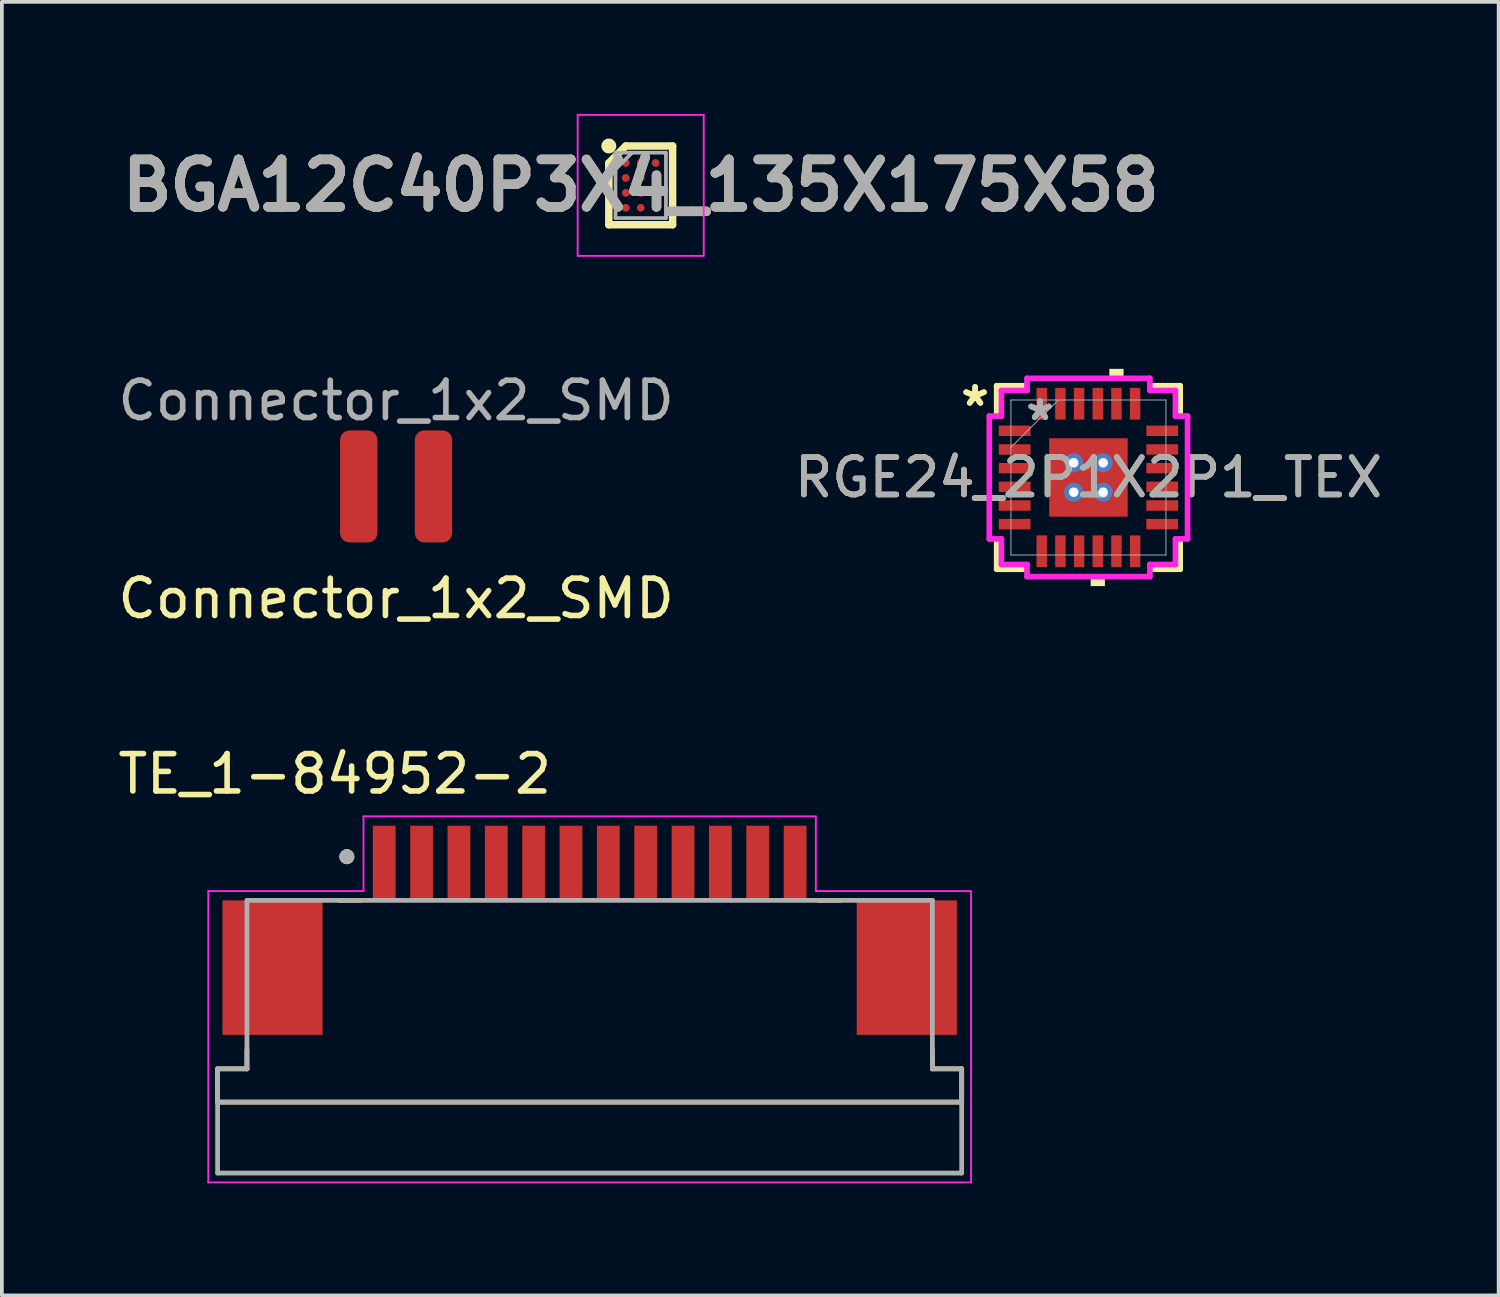
<source format=kicad_pcb>
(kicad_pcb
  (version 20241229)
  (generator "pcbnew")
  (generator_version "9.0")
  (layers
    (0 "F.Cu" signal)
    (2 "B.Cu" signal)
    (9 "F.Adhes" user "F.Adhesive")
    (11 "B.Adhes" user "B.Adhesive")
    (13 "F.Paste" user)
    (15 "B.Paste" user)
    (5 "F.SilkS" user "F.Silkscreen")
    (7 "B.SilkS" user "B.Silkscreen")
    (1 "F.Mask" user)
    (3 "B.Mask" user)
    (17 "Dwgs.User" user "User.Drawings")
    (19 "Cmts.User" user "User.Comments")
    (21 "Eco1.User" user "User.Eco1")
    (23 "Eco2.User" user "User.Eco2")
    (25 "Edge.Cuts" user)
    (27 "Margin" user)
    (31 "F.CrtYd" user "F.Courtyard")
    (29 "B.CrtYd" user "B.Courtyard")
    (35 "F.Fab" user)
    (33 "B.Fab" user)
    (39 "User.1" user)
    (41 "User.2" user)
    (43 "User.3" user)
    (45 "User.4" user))
  (footprint "Connector_1x2_SMD"
    (layer "F.Cu")
    (at 7.554 9.973)
    (property "Reference" "Connector_1x2_SMD" (at 0 3 0) (unlocked yes) (layer "F.SilkS") (effects (font (size 1 1) (thickness 0.15))))
    (attr smd)
    (fp_text user "${REFERENCE}" (at 0 -2.3 0) (unlocked yes) (layer "F.Fab") (effects (font (size 1 1) (thickness 0.15))))
    (pad "1" smd roundrect (at -1 0) (size 1 3) (layers "F.Cu" "F.Mask" "F.Paste") (roundrect_rratio 0.25))
    (pad "2" smd roundrect (at 1 0) (size 1 3) (layers "F.Cu" "F.Mask" "F.Paste") (roundrect_rratio 0.25)))
  (footprint "TE_1-84952-2"
    (layer "F.Cu")
    (at 12.736 20.055)
    (property "Reference" "TE_1-84952-2" (at -6.825 -2.385 0) (layer "F.SilkS") (effects (font (size 1 1) (thickness 0.15))))
    (attr smd)
    (fp_line (start -9.96 6.4) (end -9.96 5.51) (stroke (width 0.127) (type solid)) (layer "F.SilkS"))
    (fp_line (start -9.175 5) (end -9.175 5.51) (stroke (width 0.127) (type solid)) (layer "F.SilkS"))
    (fp_line (start -9.175 5.51) (end -9.96 5.51) (stroke (width 0.127) (type solid)) (layer "F.SilkS"))
    (fp_line (start -6.7 1) (end -6.14 1) (stroke (width 0.127) (type solid)) (layer "F.SilkS"))
    (fp_line (start 6.14 1) (end 6.7 1) (stroke (width 0.127) (type solid)) (layer "F.SilkS"))
    (fp_line (start 9.175 5) (end 9.175 5.51) (stroke (width 0.127) (type solid)) (layer "F.SilkS"))
    (fp_line (start 9.96 5.51) (end 9.175 5.51) (stroke (width 0.127) (type solid)) (layer "F.SilkS"))
    (fp_line (start 9.96 5.51) (end 9.96 6.4) (stroke (width 0.127) (type solid)) (layer "F.SilkS"))
    (fp_line (start 9.96 6.4) (end -9.96 6.4) (stroke (width 0.127) (type solid)) (layer "F.SilkS"))
    (fp_circle (center -6.5 -0.17) (end -6.4 -0.17) (stroke (width 0.2) (type solid)) (fill no) (layer "F.SilkS"))
    (fp_line (start -10.21 0.75) (end -6.055 0.75) (stroke (width 0.05) (type solid)) (layer "F.CrtYd"))
    (fp_line (start -10.21 8.55) (end -10.21 0.75) (stroke (width 0.05) (type solid)) (layer "F.CrtYd"))
    (fp_line (start -6.055 -1.25) (end 6.055 -1.25) (stroke (width 0.05) (type solid)) (layer "F.CrtYd"))
    (fp_line (start -6.055 0.75) (end -6.055 -1.25) (stroke (width 0.05) (type solid)) (layer "F.CrtYd"))
    (fp_line (start 6.055 -1.25) (end 6.055 0.75) (stroke (width 0.05) (type solid)) (layer "F.CrtYd"))
    (fp_line (start 6.055 0.75) (end 10.21 0.75) (stroke (width 0.05) (type solid)) (layer "F.CrtYd"))
    (fp_line (start 10.21 0.75) (end 10.21 8.55) (stroke (width 0.05) (type solid)) (layer "F.CrtYd"))
    (fp_line (start 10.21 8.55) (end -10.21 8.55) (stroke (width 0.05) (type solid)) (layer "F.CrtYd"))
    (fp_line (start -9.96 5.51) (end -9.96 6.4) (stroke (width 0.127) (type solid)) (layer "F.Fab"))
    (fp_line (start -9.96 8.3) (end -9.96 6.4) (stroke (width 0.127) (type solid)) (layer "F.Fab"))
    (fp_line (start -9.175 1) (end -9.175 5.51) (stroke (width 0.127) (type solid)) (layer "F.Fab"))
    (fp_line (start -9.175 1) (end 9.175 1) (stroke (width 0.127) (type solid)) (layer "F.Fab"))
    (fp_line (start -9.175 5.51) (end -9.96 5.51) (stroke (width 0.127) (type solid)) (layer "F.Fab"))
    (fp_line (start 9.175 1) (end 9.175 5.51) (stroke (width 0.127) (type solid)) (layer "F.Fab"))
    (fp_line (start 9.96 5.51) (end 9.175 5.51) (stroke (width 0.127) (type solid)) (layer "F.Fab"))
    (fp_line (start 9.96 5.51) (end 9.96 6.4) (stroke (width 0.127) (type solid)) (layer "F.Fab"))
    (fp_line (start 9.96 6.4) (end -9.96 6.4) (stroke (width 0.127) (type solid)) (layer "F.Fab"))
    (fp_line (start 9.96 6.4) (end 9.96 8.3) (stroke (width 0.127) (type solid)) (layer "F.Fab"))
    (fp_line (start 9.96 8.3) (end -9.96 8.3) (stroke (width 0.127) (type solid)) (layer "F.Fab"))
    (fp_circle (center -6.5 -0.17) (end -6.4 -0.17) (stroke (width 0.2) (type solid)) (fill no) (layer "F.Fab"))
    (pad "1" smd rect (at -5.5 0) (size 0.61 2) (layers "F.Cu" "F.Mask" "F.Paste"))
    (pad "2" smd rect (at -4.5 0) (size 0.61 2) (layers "F.Cu" "F.Mask" "F.Paste"))
    (pad "3" smd rect (at -3.5 0) (size 0.61 2) (layers "F.Cu" "F.Mask" "F.Paste"))
    (pad "4" smd rect (at -2.5 0) (size 0.61 2) (layers "F.Cu" "F.Mask" "F.Paste"))
    (pad "5" smd rect (at -1.5 0) (size 0.61 2) (layers "F.Cu" "F.Mask" "F.Paste"))
    (pad "6" smd rect (at -0.5 0) (size 0.61 2) (layers "F.Cu" "F.Mask" "F.Paste"))
    (pad "7" smd rect (at 0.5 0) (size 0.61 2) (layers "F.Cu" "F.Mask" "F.Paste"))
    (pad "8" smd rect (at 1.5 0) (size 0.61 2) (layers "F.Cu" "F.Mask" "F.Paste"))
    (pad "9" smd rect (at 2.5 0) (size 0.61 2) (layers "F.Cu" "F.Mask" "F.Paste"))
    (pad "10" smd rect (at 3.5 0) (size 0.61 2) (layers "F.Cu" "F.Mask" "F.Paste"))
    (pad "11" smd rect (at 4.5 0) (size 0.61 2) (layers "F.Cu" "F.Mask" "F.Paste"))
    (pad "12" smd rect (at 5.5 0) (size 0.61 2) (layers "F.Cu" "F.Mask" "F.Paste"))
    (pad "S1" smd rect (at -8.49 2.8) (size 2.68 3.6) (layers "F.Cu" "F.Mask" "F.Paste"))
    (pad "S2" smd rect (at 8.49 2.8) (size 2.68 3.6) (layers "F.Cu" "F.Mask" "F.Paste")))
  (footprint "RGE24_2P1X2P1_TEX"
    (layer "F.Cu")
    (at 26.089 9.733)
    (property "Reference" "RGE24_2P1X2P1_TEX" (at 0 0 0) (unlocked yes) (layer "F.SilkS") (effects (font (size 1 1) (thickness 0.15))))
    (attr smd)
    (fp_poly (pts (xy -1.113 -1.113) (xy -0.594 -1.113) (xy -0.594 1.113) (xy -1.113 1.113)) (stroke (width 0) (type solid)) (fill yes) (layer "F.Mask"))
    (fp_poly (pts (xy -1.113 -1.113) (xy 1.113 -1.113) (xy 1.113 -0.594) (xy -1.113 -0.594)) (stroke (width 0) (type solid)) (fill yes) (layer "F.Mask"))
    (fp_poly (pts (xy -1.113 -0.194) (xy 1.113 -0.194) (xy 1.113 0.194) (xy -1.113 0.194)) (stroke (width 0) (type solid)) (fill yes) (layer "F.Mask"))
    (fp_poly (pts (xy -1.113 0.594) (xy 1.113 0.594) (xy 1.113 1.113) (xy -1.113 1.113)) (stroke (width 0) (type solid)) (fill yes) (layer "F.Mask"))
    (fp_poly (pts (xy 0.194 -1.113) (xy -0.194 -1.113) (xy -0.194 1.113) (xy 0.194 1.113)) (stroke (width 0) (type solid)) (fill yes) (layer "F.Mask"))
    (fp_poly (pts (xy 0.594 -1.113) (xy 1.113 -1.113) (xy 1.113 1.113) (xy 0.594 1.113)) (stroke (width 0) (type solid)) (fill yes) (layer "F.Mask"))
    (fp_line (start -2.456 -2.456) (end -2.456 -1.718) (stroke (width 0.152) (type solid)) (layer "F.SilkS"))
    (fp_line (start -2.456 1.718) (end -2.456 2.456) (stroke (width 0.152) (type solid)) (layer "F.SilkS"))
    (fp_line (start -2.456 2.456) (end -1.718 2.456) (stroke (width 0.152) (type solid)) (layer "F.SilkS"))
    (fp_line (start -1.718 -2.456) (end -2.456 -2.456) (stroke (width 0.152) (type solid)) (layer "F.SilkS"))
    (fp_line (start 1.718 2.456) (end 2.456 2.456) (stroke (width 0.152) (type solid)) (layer "F.SilkS"))
    (fp_line (start 2.456 -2.456) (end 1.718 -2.456) (stroke (width 0.152) (type solid)) (layer "F.SilkS"))
    (fp_line (start 2.456 -1.718) (end 2.456 -2.456) (stroke (width 0.152) (type solid)) (layer "F.SilkS"))
    (fp_line (start 2.456 2.456) (end 2.456 1.718) (stroke (width 0.152) (type solid)) (layer "F.SilkS"))
    (fp_poly (pts (xy 0.06 2.654) (xy 0.06 2.908) (xy 0.441 2.908) (xy 0.441 2.654)) (stroke (width 0) (type solid)) (fill yes) (layer "F.SilkS"))
    (fp_poly (pts (xy 0.56 -2.654) (xy 0.56 -2.908) (xy 0.941 -2.908) (xy 0.941 -2.654)) (stroke (width 0) (type solid)) (fill yes) (layer "F.SilkS"))
    (fp_poly (pts (xy -0.975 -0.975) (xy -0.975 -0.494) (xy -0.635 -0.494) (xy -0.494 -0.635) (xy -0.494 -0.975)) (stroke (width 0) (type solid)) (fill yes) (layer "F.Paste"))
    (fp_poly (pts (xy -0.975 0.494) (xy -0.975 0.975) (xy -0.494 0.975) (xy -0.494 0.635) (xy -0.635 0.494)) (stroke (width 0) (type solid)) (fill yes) (layer "F.Paste"))
    (fp_poly (pts (xy 0.494 -0.975) (xy 0.494 -0.635) (xy 0.635 -0.494) (xy 0.975 -0.494) (xy 0.975 -0.975)) (stroke (width 0) (type solid)) (fill yes) (layer "F.Paste"))
    (fp_poly (pts (xy 0.635 0.494) (xy 0.494 0.635) (xy 0.494 0.975) (xy 0.975 0.975) (xy 0.975 0.494)) (stroke (width 0) (type solid)) (fill yes) (layer "F.Paste"))
    (fp_poly (pts (xy -0.975 -0.294) (xy -0.975 0.294) (xy -0.635 0.294) (xy -0.494 0.152) (xy -0.494 -0.152) (xy -0.635 -0.294)) (stroke (width 0) (type solid)) (fill yes) (layer "F.Paste"))
    (fp_poly (pts (xy -0.294 -0.975) (xy -0.294 -0.635) (xy -0.152 -0.494) (xy 0.152 -0.494) (xy 0.294 -0.635) (xy 0.294 -0.975)) (stroke (width 0) (type solid)) (fill yes) (layer "F.Paste"))
    (fp_poly (pts (xy -0.152 0.494) (xy -0.294 0.635) (xy -0.294 0.975) (xy 0.294 0.975) (xy 0.294 0.635) (xy 0.152 0.494)) (stroke (width 0) (type solid)) (fill yes) (layer "F.Paste"))
    (fp_poly (pts (xy 0.635 -0.294) (xy 0.494 -0.152) (xy 0.494 0.152) (xy 0.635 0.294) (xy 0.975 0.294) (xy 0.975 -0.294)) (stroke (width 0) (type solid)) (fill yes) (layer "F.Paste"))
    (fp_poly (pts (xy -0.152 -0.294) (xy -0.294 -0.152) (xy -0.294 0.152) (xy -0.152 0.294) (xy 0.152 0.294) (xy 0.294 0.152) (xy 0.294 -0.152) (xy 0.152 -0.294)) (stroke (width 0) (type solid)) (fill yes) (layer "F.Paste"))
    (fp_line (start -2.654 -1.644) (end -2.329 -1.644) (stroke (width 0.152) (type solid)) (layer "F.CrtYd"))
    (fp_line (start -2.654 1.644) (end -2.654 -1.644) (stroke (width 0.152) (type solid)) (layer "F.CrtYd"))
    (fp_line (start -2.329 -2.329) (end -1.644 -2.329) (stroke (width 0.152) (type solid)) (layer "F.CrtYd"))
    (fp_line (start -2.329 -1.644) (end -2.329 -2.329) (stroke (width 0.152) (type solid)) (layer "F.CrtYd"))
    (fp_line (start -2.329 1.644) (end -2.654 1.644) (stroke (width 0.152) (type solid)) (layer "F.CrtYd"))
    (fp_line (start -2.329 2.329) (end -2.329 1.644) (stroke (width 0.152) (type solid)) (layer "F.CrtYd"))
    (fp_line (start -1.644 -2.654) (end 1.644 -2.654) (stroke (width 0.152) (type solid)) (layer "F.CrtYd"))
    (fp_line (start -1.644 -2.329) (end -1.644 -2.654) (stroke (width 0.152) (type solid)) (layer "F.CrtYd"))
    (fp_line (start -1.644 2.329) (end -2.329 2.329) (stroke (width 0.152) (type solid)) (layer "F.CrtYd"))
    (fp_line (start -1.644 2.654) (end -1.644 2.329) (stroke (width 0.152) (type solid)) (layer "F.CrtYd"))
    (fp_line (start 1.644 -2.654) (end 1.644 -2.329) (stroke (width 0.152) (type solid)) (layer "F.CrtYd"))
    (fp_line (start 1.644 -2.329) (end 2.329 -2.329) (stroke (width 0.152) (type solid)) (layer "F.CrtYd"))
    (fp_line (start 1.644 2.329) (end 1.644 2.654) (stroke (width 0.152) (type solid)) (layer "F.CrtYd"))
    (fp_line (start 1.644 2.654) (end -1.644 2.654) (stroke (width 0.152) (type solid)) (layer "F.CrtYd"))
    (fp_line (start 2.329 -2.329) (end 2.329 -1.644) (stroke (width 0.152) (type solid)) (layer "F.CrtYd"))
    (fp_line (start 2.329 -1.644) (end 2.654 -1.644) (stroke (width 0.152) (type solid)) (layer "F.CrtYd"))
    (fp_line (start 2.329 1.644) (end 2.329 2.329) (stroke (width 0.152) (type solid)) (layer "F.CrtYd"))
    (fp_line (start 2.329 2.329) (end 1.644 2.329) (stroke (width 0.152) (type solid)) (layer "F.CrtYd"))
    (fp_line (start 2.654 -1.644) (end 2.654 1.644) (stroke (width 0.152) (type solid)) (layer "F.CrtYd"))
    (fp_line (start 2.654 1.644) (end 2.329 1.644) (stroke (width 0.152) (type solid)) (layer "F.CrtYd"))
    (fp_line (start -2.075 -2.075) (end -2.075 2.075) (stroke (width 0.025) (type solid)) (layer "F.Fab"))
    (fp_line (start -2.075 -0.805) (end -0.805 -2.075) (stroke (width 0.025) (type solid)) (layer "F.Fab"))
    (fp_line (start -2.075 2.075) (end 2.075 2.075) (stroke (width 0.025) (type solid)) (layer "F.Fab"))
    (fp_line (start 2.075 -2.075) (end -2.075 -2.075) (stroke (width 0.025) (type solid)) (layer "F.Fab"))
    (fp_line (start 2.075 2.075) (end 2.075 -2.075) (stroke (width 0.025) (type solid)) (layer "F.Fab"))
    (fp_text user "*" (at -3.035 -1.881 0) (unlocked yes) (layer "F.SilkS") (effects (font (size 1 1) (thickness 0.15))))
    (fp_text user "*" (at -3.035 -1.881 0) (layer "F.SilkS") (effects (font (size 1 1) (thickness 0.15))))
    (fp_text user "*" (at -1.296 -1.5 0) (unlocked yes) (layer "F.Fab") (effects (font (size 1 1) (thickness 0.15))))
    (fp_text user "*" (at -1.296 -1.5 0) (layer "F.Fab") (effects (font (size 1 1) (thickness 0.15))))
    (fp_text user "${REFERENCE}" (at 0 0 0) (unlocked yes) (layer "F.Fab") (effects (font (size 1 1) (thickness 0.15))))
    (pad "1" smd rect (at -1.975 -1.25 90) (size 0.28 0.85) (layers "F.Cu" "F.Mask" "F.Paste"))
    (pad "2" smd rect (at -1.975 -0.75 90) (size 0.28 0.85) (layers "F.Cu" "F.Mask" "F.Paste"))
    (pad "3" smd rect (at -1.975 -0.25 90) (size 0.28 0.85) (layers "F.Cu" "F.Mask" "F.Paste"))
    (pad "4" smd rect (at -1.975 0.25 90) (size 0.28 0.85) (layers "F.Cu" "F.Mask" "F.Paste"))
    (pad "5" smd rect (at -1.975 0.75 90) (size 0.28 0.85) (layers "F.Cu" "F.Mask" "F.Paste"))
    (pad "6" smd rect (at -1.975 1.25 90) (size 0.28 0.85) (layers "F.Cu" "F.Mask" "F.Paste"))
    (pad "7" smd rect (at -1.25 1.975) (size 0.28 0.85) (layers "F.Cu" "F.Mask" "F.Paste"))
    (pad "8" smd rect (at -0.75 1.975) (size 0.28 0.85) (layers "F.Cu" "F.Mask" "F.Paste"))
    (pad "9" smd rect (at -0.25 1.975) (size 0.28 0.85) (layers "F.Cu" "F.Mask" "F.Paste"))
    (pad "10" smd rect (at 0.25 1.975) (size 0.28 0.85) (layers "F.Cu" "F.Mask" "F.Paste"))
    (pad "11" smd rect (at 0.75 1.975) (size 0.28 0.85) (layers "F.Cu" "F.Mask" "F.Paste"))
    (pad "12" smd rect (at 1.25 1.975) (size 0.28 0.85) (layers "F.Cu" "F.Mask" "F.Paste"))
    (pad "13" smd rect (at 1.975 1.25 90) (size 0.28 0.85) (layers "F.Cu" "F.Mask" "F.Paste"))
    (pad "14" smd rect (at 1.975 0.75 90) (size 0.28 0.85) (layers "F.Cu" "F.Mask" "F.Paste"))
    (pad "15" smd rect (at 1.975 0.25 90) (size 0.28 0.85) (layers "F.Cu" "F.Mask" "F.Paste"))
    (pad "16" smd rect (at 1.975 -0.25 90) (size 0.28 0.85) (layers "F.Cu" "F.Mask" "F.Paste"))
    (pad "17" smd rect (at 1.975 -0.75 90) (size 0.28 0.85) (layers "F.Cu" "F.Mask" "F.Paste"))
    (pad "18" smd rect (at 1.975 -1.25 90) (size 0.28 0.85) (layers "F.Cu" "F.Mask" "F.Paste"))
    (pad "19" smd rect (at 1.25 -1.975) (size 0.28 0.85) (layers "F.Cu" "F.Mask" "F.Paste"))
    (pad "20" smd rect (at 0.75 -1.975) (size 0.28 0.85) (layers "F.Cu" "F.Mask" "F.Paste"))
    (pad "21" smd rect (at 0.25 -1.975) (size 0.28 0.85) (layers "F.Cu" "F.Mask" "F.Paste"))
    (pad "22" smd rect (at -0.25 -1.975) (size 0.28 0.85) (layers "F.Cu" "F.Mask" "F.Paste"))
    (pad "23" smd rect (at -0.75 -1.975) (size 0.28 0.85) (layers "F.Cu" "F.Mask" "F.Paste"))
    (pad "24" smd rect (at -1.25 -1.975) (size 0.28 0.85) (layers "F.Cu" "F.Mask" "F.Paste"))
    (pad "25" smd rect (at 0 0) (size 2.1 2.1) (layers "F.Cu"))
    (pad "V" thru_hole circle (at -0.394 -0.394) (size 0.508 0.508) (drill 0.254) (layers "*.Cu" "*.Mask"))
    (pad "V" thru_hole circle (at -0.394 0.394) (size 0.508 0.508) (drill 0.254) (layers "*.Cu" "*.Mask"))
    (pad "V" thru_hole circle (at 0.394 -0.394) (size 0.508 0.508) (drill 0.254) (layers "*.Cu" "*.Mask"))
    (pad "V" thru_hole circle (at 0.394 0.394) (size 0.508 0.508) (drill 0.254) (layers "*.Cu" "*.Mask")))
  (footprint "BGA12C40P3X4_135X175X58"
    (layer "F.Cu")
    (at 14.103 1.913)
    (property "Reference" "BGA12C40P3X4_135X175X58" (at 0 0 0) (layer "F.SilkS") (effects (font (size 1.27 1.27) (thickness 0.254))))
    (attr smd)
    (fp_line (start -0.854 -0.6) (end -0.4 -1.054) (stroke (width 0.2) (type solid)) (layer "F.SilkS"))
    (fp_line (start -0.854 1.054) (end -0.854 -0.6) (stroke (width 0.2) (type solid)) (layer "F.SilkS"))
    (fp_line (start -0.4 -1.054) (end 0.854 -1.054) (stroke (width 0.2) (type solid)) (layer "F.SilkS"))
    (fp_line (start 0.854 -1.054) (end 0.854 1.054) (stroke (width 0.2) (type solid)) (layer "F.SilkS"))
    (fp_line (start 0.854 1.054) (end -0.854 1.054) (stroke (width 0.2) (type solid)) (layer "F.SilkS"))
    (fp_circle (center -0.854 -1.054) (end -0.854 -0.954) (stroke (width 0.2) (type solid)) (fill no) (layer "F.SilkS"))
    (fp_line (start -1.688 -1.888) (end 1.687 -1.888) (stroke (width 0.05) (type solid)) (layer "F.CrtYd"))
    (fp_line (start -1.688 1.887) (end -1.688 -1.888) (stroke (width 0.05) (type solid)) (layer "F.CrtYd"))
    (fp_line (start 1.687 -1.888) (end 1.687 1.887) (stroke (width 0.05) (type solid)) (layer "F.CrtYd"))
    (fp_line (start 1.687 1.887) (end -1.688 1.887) (stroke (width 0.05) (type solid)) (layer "F.CrtYd"))
    (fp_line (start -0.675 -0.875) (end 0.675 -0.875) (stroke (width 0.1) (type solid)) (layer "F.Fab"))
    (fp_line (start -0.675 -0.431) (end -0.231 -0.875) (stroke (width 0.1) (type solid)) (layer "F.Fab"))
    (fp_line (start -0.675 0.875) (end -0.675 -0.875) (stroke (width 0.1) (type solid)) (layer "F.Fab"))
    (fp_line (start 0.675 -0.875) (end 0.675 0.875) (stroke (width 0.1) (type solid)) (layer "F.Fab"))
    (fp_line (start 0.675 0.875) (end -0.675 0.875) (stroke (width 0.1) (type solid)) (layer "F.Fab"))
    (fp_text user "${REFERENCE}" (at 0 0 0) (layer "F.Fab") (effects (font (size 1.27 1.27) (thickness 0.254))))
    (pad "A1" smd circle (at -0.4 -0.6 90) (size 0.208 0.208) (layers "F.Cu" "F.Mask" "F.Paste"))
    (pad "A2" smd circle (at 0 -0.6 90) (size 0.208 0.208) (layers "F.Cu" "F.Mask" "F.Paste"))
    (pad "A3" smd circle (at 0.4 -0.6 90) (size 0.208 0.208) (layers "F.Cu" "F.Mask" "F.Paste"))
    (pad "B1" smd circle (at -0.4 -0.2 90) (size 0.208 0.208) (layers "F.Cu" "F.Mask" "F.Paste"))
    (pad "B2" smd circle (at 0 -0.2 90) (size 0.208 0.208) (layers "F.Cu" "F.Mask" "F.Paste"))
    (pad "B3" smd circle (at 0.4 -0.2 90) (size 0.208 0.208) (layers "F.Cu" "F.Mask" "F.Paste"))
    (pad "C1" smd circle (at -0.4 0.2 90) (size 0.208 0.208) (layers "F.Cu" "F.Mask" "F.Paste"))
    (pad "C2" smd circle (at 0 0.2 90) (size 0.208 0.208) (layers "F.Cu" "F.Mask" "F.Paste"))
    (pad "C3" smd circle (at 0.4 0.2 90) (size 0.208 0.208) (layers "F.Cu" "F.Mask" "F.Paste"))
    (pad "D1" smd circle (at -0.4 0.6 90) (size 0.208 0.208) (layers "F.Cu" "F.Mask" "F.Paste"))
    (pad "D2" smd circle (at 0 0.6 90) (size 0.208 0.208) (layers "F.Cu" "F.Mask" "F.Paste"))
    (pad "D3" smd circle (at 0.4 0.6 90) (size 0.208 0.208) (layers "F.Cu" "F.Mask" "F.Paste")))
  (gr_rect
    (start -3 -3)
    (end 37.071 31.63)
    (stroke (width 0.1) (type default))
    (fill no)
    (layer "Edge.Cuts")))
</source>
